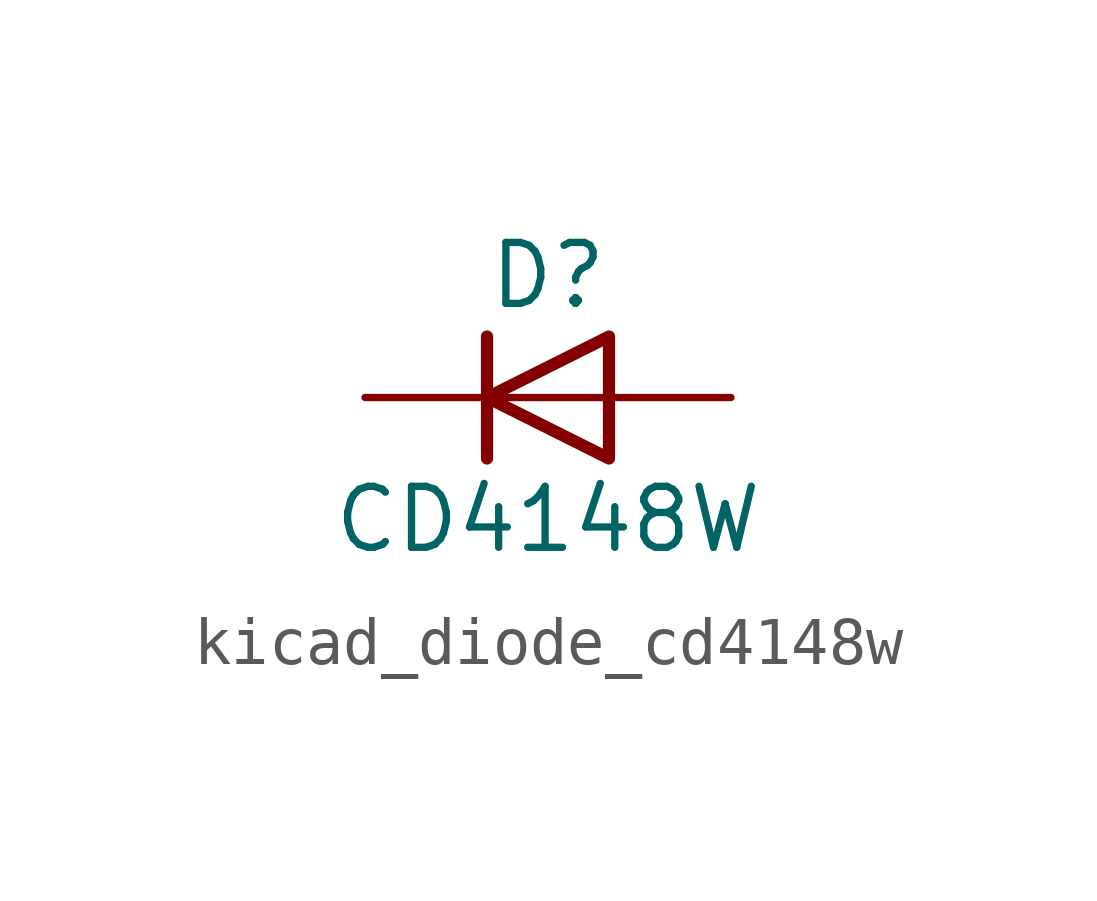
<source format=kicad_sym>
(kicad_symbol_lib
  (version 20220914)
  (generator kicad_symbol_editor)
  (symbol "kicad_diode_cd4148w"
    (pin_numbers hide)
    (pin_names hide)
    (property "Reference" "D"
      (at 0 2.54 0)
      (effects (font (size 1.27 1.27))))
    (property "Value" "CD4148W"
      (at 0 -2.54 0)
      (effects (font (size 1.27 1.27))))
    (symbol "kicad_diode_cd4148w_0_1"
      (polyline (pts (xy -1.27 1.27) (xy -1.27 -1.27)) (stroke (width 0.254) (type default)) (fill (type none)))
      (polyline (pts (xy 1.27 0) (xy -1.27 0)) (stroke (width 0) (type default)) (fill (type none)))
      (polyline (pts (xy 1.27 1.27) (xy 1.27 -1.27) (xy -1.27 0) (xy 1.27 1.27)) (stroke (width 0.254) (type default)) (fill (type none))))
    (symbol "kicad_diode_cd4148w_1_1"
      (pin passive line (at -3.81 0 0) (length 2.54) (name "K" (effects (font (size 1.27 1.27)))) (number "1" (effects (font (size 1.27 1.27)))))
      (pin passive line (at 3.81 0 180) (length 2.54) (name "A" (effects (font (size 1.27 1.27)))) (number "2" (effects (font (size 1.27 1.27))))))))
</source>
